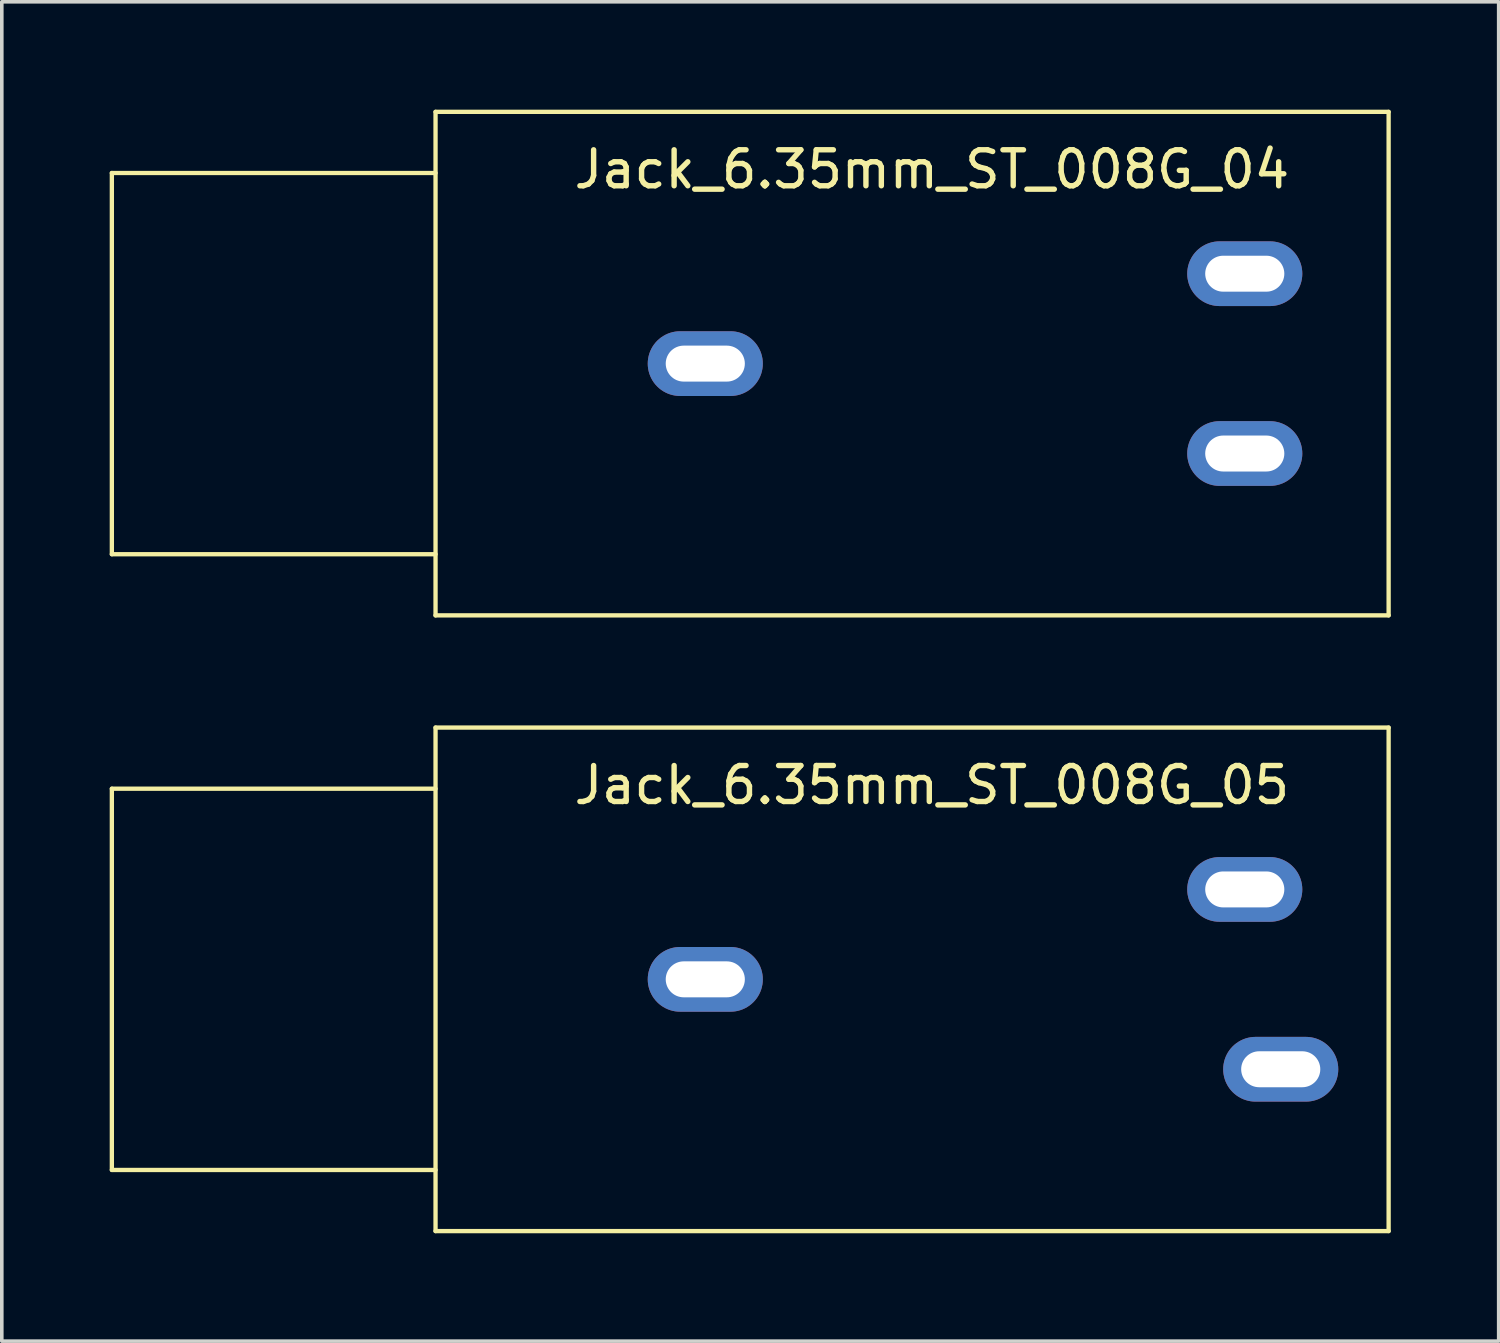
<source format=kicad_pcb>
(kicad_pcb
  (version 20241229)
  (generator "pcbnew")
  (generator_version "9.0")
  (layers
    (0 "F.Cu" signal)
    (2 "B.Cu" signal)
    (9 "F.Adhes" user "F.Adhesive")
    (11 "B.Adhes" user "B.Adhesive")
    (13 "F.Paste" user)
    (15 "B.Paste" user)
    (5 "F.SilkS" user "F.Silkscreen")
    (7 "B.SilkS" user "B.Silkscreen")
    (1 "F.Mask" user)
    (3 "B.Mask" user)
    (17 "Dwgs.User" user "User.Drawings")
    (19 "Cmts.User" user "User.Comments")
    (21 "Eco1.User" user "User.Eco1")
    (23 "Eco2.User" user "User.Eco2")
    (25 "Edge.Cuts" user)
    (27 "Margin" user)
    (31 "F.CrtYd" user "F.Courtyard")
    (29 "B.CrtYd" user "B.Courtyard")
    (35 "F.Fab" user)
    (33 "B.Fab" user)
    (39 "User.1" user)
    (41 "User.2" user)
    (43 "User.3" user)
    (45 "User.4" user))
  (footprint "Jack_6.35mm_ST_008G_05"
    (layer "F.Cu")
    (at 16.56 24.18)
    (property "Reference" "Jack_6.35mm_ST_008G_05" (at 6.3 -5.4 0) (layer "F.SilkS") (effects (font (size 1 1) (thickness 0.15))))
    (attr through_hole)
    (fp_line (start -16.5 -5.3) (end -16.5 5.3) (stroke (width 0.12) (type solid)) (layer "F.SilkS"))
    (fp_line (start -16.5 -5.3) (end -7.5 -5.3) (stroke (width 0.12) (type solid)) (layer "F.SilkS"))
    (fp_line (start -16.5 5.3) (end -7.5 5.3) (stroke (width 0.12) (type solid)) (layer "F.SilkS"))
    (fp_line (start -7.5 -7) (end -7.5 7) (stroke (width 0.12) (type solid)) (layer "F.SilkS"))
    (fp_line (start -7.5 -7) (end 19 -7) (stroke (width 0.12) (type solid)) (layer "F.SilkS"))
    (fp_line (start -7.5 7) (end 19 7) (stroke (width 0.12) (type solid)) (layer "F.SilkS"))
    (fp_line (start 19 -7) (end 19 7) (stroke (width 0.12) (type solid)) (layer "F.SilkS"))
    (pad "S" thru_hole oval (at 0 0) (size 3.2 1.8) (drill oval 2.2 1) (layers "*.Cu" "*.Mask"))
    (pad "T" thru_hole oval (at 15 -2.5) (size 3.2 1.8) (drill oval 2.2 1) (layers "*.Cu" "*.Mask"))
    (pad "TN" thru_hole oval (at 16 2.5) (size 3.2 1.8) (drill oval 2.2 1) (layers "*.Cu" "*.Mask")))
  (footprint "Jack_6.35mm_ST_008G_04"
    (layer "F.Cu")
    (at 16.56 7.06)
    (property "Reference" "Jack_6.35mm_ST_008G_04" (at 6.3 -5.4 0) (layer "F.SilkS") (effects (font (size 1 1) (thickness 0.15))))
    (attr through_hole)
    (fp_line (start -16.5 -5.3) (end -16.5 5.3) (stroke (width 0.12) (type solid)) (layer "F.SilkS"))
    (fp_line (start -16.5 -5.3) (end -7.5 -5.3) (stroke (width 0.12) (type solid)) (layer "F.SilkS"))
    (fp_line (start -16.5 5.3) (end -7.5 5.3) (stroke (width 0.12) (type solid)) (layer "F.SilkS"))
    (fp_line (start -7.5 -7) (end -7.5 7) (stroke (width 0.12) (type solid)) (layer "F.SilkS"))
    (fp_line (start -7.5 -7) (end 19 -7) (stroke (width 0.12) (type solid)) (layer "F.SilkS"))
    (fp_line (start -7.5 7) (end 19 7) (stroke (width 0.12) (type solid)) (layer "F.SilkS"))
    (fp_line (start 19 -7) (end 19 7) (stroke (width 0.12) (type solid)) (layer "F.SilkS"))
    (pad "R" thru_hole oval (at 15 2.5) (size 3.2 1.8) (drill oval 2.2 1) (layers "*.Cu" "*.Mask"))
    (pad "S" thru_hole oval (at 0 0) (size 3.2 1.8) (drill oval 2.2 1) (layers "*.Cu" "*.Mask"))
    (pad "T" thru_hole oval (at 15 -2.5) (size 3.2 1.8) (drill oval 2.2 1) (layers "*.Cu" "*.Mask")))
  (gr_rect
    (start -3 -3)
    (end 38.62 34.24)
    (stroke (width 0.1) (type default))
    (fill no)
    (layer "Edge.Cuts")))
</source>
